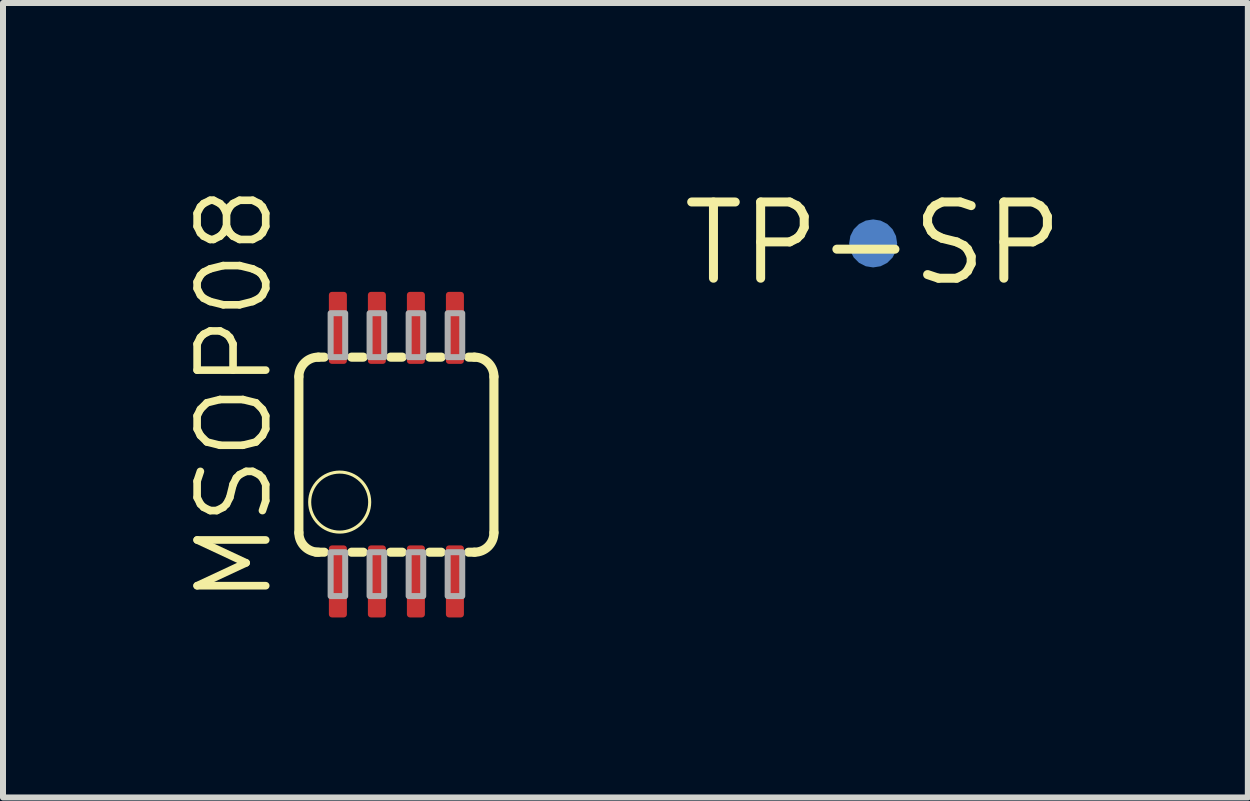
<source format=kicad_pcb>
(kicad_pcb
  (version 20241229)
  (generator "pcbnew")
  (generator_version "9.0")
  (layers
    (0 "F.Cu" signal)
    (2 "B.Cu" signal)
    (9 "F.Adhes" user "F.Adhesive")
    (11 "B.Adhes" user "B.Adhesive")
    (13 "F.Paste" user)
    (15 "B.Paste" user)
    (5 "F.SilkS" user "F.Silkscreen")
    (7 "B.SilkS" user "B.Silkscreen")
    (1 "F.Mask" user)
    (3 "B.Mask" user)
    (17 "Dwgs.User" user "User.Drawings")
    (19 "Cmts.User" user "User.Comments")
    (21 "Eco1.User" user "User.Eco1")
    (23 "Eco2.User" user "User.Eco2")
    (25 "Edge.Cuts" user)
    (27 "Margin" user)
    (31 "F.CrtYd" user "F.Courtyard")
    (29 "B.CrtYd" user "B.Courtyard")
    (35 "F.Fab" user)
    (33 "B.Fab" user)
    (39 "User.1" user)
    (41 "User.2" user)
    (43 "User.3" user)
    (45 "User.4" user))
  (footprint "MSOP08"
    (layer "F.Cu")
    (at 3.556 4.525)
    (property "Reference" "MSOP08" (at -2.032 2.54 90) (unlocked yes) (layer "F.SilkS") (effects (font (size 1.143 1.143) (thickness 0.127)) (justify left bottom)))
    (fp_line (start -1.626 1.301) (end -1.626 -1.299) (stroke (width 0.152) (type solid)) (layer "F.SilkS"))
    (fp_line (start -1.341 1.626) (end -1.204 1.626) (stroke (width 0.152) (type solid)) (layer "F.SilkS"))
    (fp_line (start -1.301 -1.624) (end -1.204 -1.624) (stroke (width 0.152) (type solid)) (layer "F.SilkS"))
    (fp_line (start -0.747 -1.624) (end -0.554 -1.624) (stroke (width 0.152) (type solid)) (layer "F.SilkS"))
    (fp_line (start -0.747 1.626) (end -0.554 1.626) (stroke (width 0.152) (type solid)) (layer "F.SilkS"))
    (fp_line (start -0.097 -1.624) (end 0.096 -1.624) (stroke (width 0.152) (type solid)) (layer "F.SilkS"))
    (fp_line (start -0.097 1.626) (end 0.096 1.626) (stroke (width 0.152) (type solid)) (layer "F.SilkS"))
    (fp_line (start 0.553 -1.624) (end 0.746 -1.624) (stroke (width 0.152) (type solid)) (layer "F.SilkS"))
    (fp_line (start 0.553 1.626) (end 0.746 1.626) (stroke (width 0.152) (type solid)) (layer "F.SilkS"))
    (fp_line (start 1.203 -1.624) (end 1.299 -1.624) (stroke (width 0.152) (type solid)) (layer "F.SilkS"))
    (fp_line (start 1.203 1.626) (end 1.299 1.626) (stroke (width 0.152) (type solid)) (layer "F.SilkS"))
    (fp_line (start 1.624 -1.299) (end 1.624 1.301) (stroke (width 0.152) (type solid)) (layer "F.SilkS"))
    (fp_arc (start -1.626 -1.299) (mid -1.53081 -1.52881) (end -1.301 -1.624) (stroke (width 0.1524) (type solid)) (layer "F.SilkS"))
    (fp_arc (start -1.301 1.626) (mid -1.53081 1.53081) (end -1.626 1.301) (stroke (width 0.1524) (type solid)) (layer "F.SilkS"))
    (fp_arc (start 1.299 -1.624) (mid 1.52881 -1.52881) (end 1.624 -1.299) (stroke (width 0.1524) (type solid)) (layer "F.SilkS"))
    (fp_arc (start 1.624 1.301) (mid 1.52881 1.53081) (end 1.299 1.626) (stroke (width 0.1524) (type solid)) (layer "F.SilkS"))
    (fp_circle (center -0.946 0.791) (end -0.446 0.791) (stroke (width 0.051) (type solid)) (fill no) (layer "F.SilkS"))
    (fp_poly (pts (xy -1.097 -1.624) (xy -0.854 -1.624) (xy -0.854 -2.356) (xy -1.097 -2.356)) (stroke (width 0.1) (type default)) (fill no) (layer "F.Fab"))
    (fp_poly (pts (xy -1.097 2.357) (xy -0.854 2.357) (xy -0.854 1.626) (xy -1.097 1.626)) (stroke (width 0.1) (type default)) (fill no) (layer "F.Fab"))
    (fp_poly (pts (xy -0.448 -1.624) (xy -0.204 -1.624) (xy -0.204 -2.356) (xy -0.448 -2.356)) (stroke (width 0.1) (type default)) (fill no) (layer "F.Fab"))
    (fp_poly (pts (xy -0.448 2.357) (xy -0.204 2.357) (xy -0.204 1.626) (xy -0.448 1.626)) (stroke (width 0.1) (type default)) (fill no) (layer "F.Fab"))
    (fp_poly (pts (xy 0.203 -1.624) (xy 0.446 -1.624) (xy 0.446 -2.356) (xy 0.203 -2.356)) (stroke (width 0.1) (type default)) (fill no) (layer "F.Fab"))
    (fp_poly (pts (xy 0.203 2.357) (xy 0.446 2.357) (xy 0.446 1.626) (xy 0.203 1.626)) (stroke (width 0.1) (type default)) (fill no) (layer "F.Fab"))
    (fp_poly (pts (xy 0.853 -1.624) (xy 1.096 -1.624) (xy 1.096 -2.356) (xy 0.853 -2.356)) (stroke (width 0.1) (type default)) (fill no) (layer "F.Fab"))
    (fp_poly (pts (xy 0.853 2.357) (xy 1.096 2.357) (xy 1.096 1.626) (xy 0.853 1.626)) (stroke (width 0.1) (type default)) (fill no) (layer "F.Fab"))
    (pad "1" smd roundrect (at -0.976 2.113) (size 0.3 1.2) (layers "F.Cu" "F.Mask" "F.Paste") (roundrect_rratio 0.169))
    (pad "2" smd roundrect (at -0.326 2.113) (size 0.3 1.2) (layers "F.Cu" "F.Mask" "F.Paste") (roundrect_rratio 0.169))
    (pad "3" smd roundrect (at 0.324 2.113) (size 0.3 1.2) (layers "F.Cu" "F.Mask" "F.Paste") (roundrect_rratio 0.169))
    (pad "4" smd roundrect (at 0.974 2.113) (size 0.3 1.2) (layers "F.Cu" "F.Mask" "F.Paste") (roundrect_rratio 0.169))
    (pad "5" smd roundrect (at 0.974 -2.112) (size 0.3 1.2) (layers "F.Cu" "F.Mask" "F.Paste") (roundrect_rratio 0.169))
    (pad "6" smd roundrect (at 0.324 -2.112) (size 0.3 1.2) (layers "F.Cu" "F.Mask" "F.Paste") (roundrect_rratio 0.169))
    (pad "7" smd roundrect (at -0.326 -2.112) (size 0.3 1.2) (layers "F.Cu" "F.Mask" "F.Paste") (roundrect_rratio 0.169))
    (pad "8" smd roundrect (at -0.976 -2.112) (size 0.3 1.2) (layers "F.Cu" "F.Mask" "F.Paste") (roundrect_rratio 0.169)))
  (footprint "TP-SP"
    (layer "F.Cu")
    (at 11.499 1.006)
    (property "Reference" "TP-SP" (at 0 0 0) (layer "F.SilkS") (effects (font (size 1.27 1.27) (thickness 0.15))))
    (pad "X" smd roundrect (at 0 0) (size 0.8 0.8) (layers "B.Cu" "B.Mask") (roundrect_rratio 0.5)))
  (gr_rect
    (start -3 -3)
    (end 17.742 10.238)
    (stroke (width 0.1) (type default))
    (fill no)
    (layer "Edge.Cuts")))
</source>
